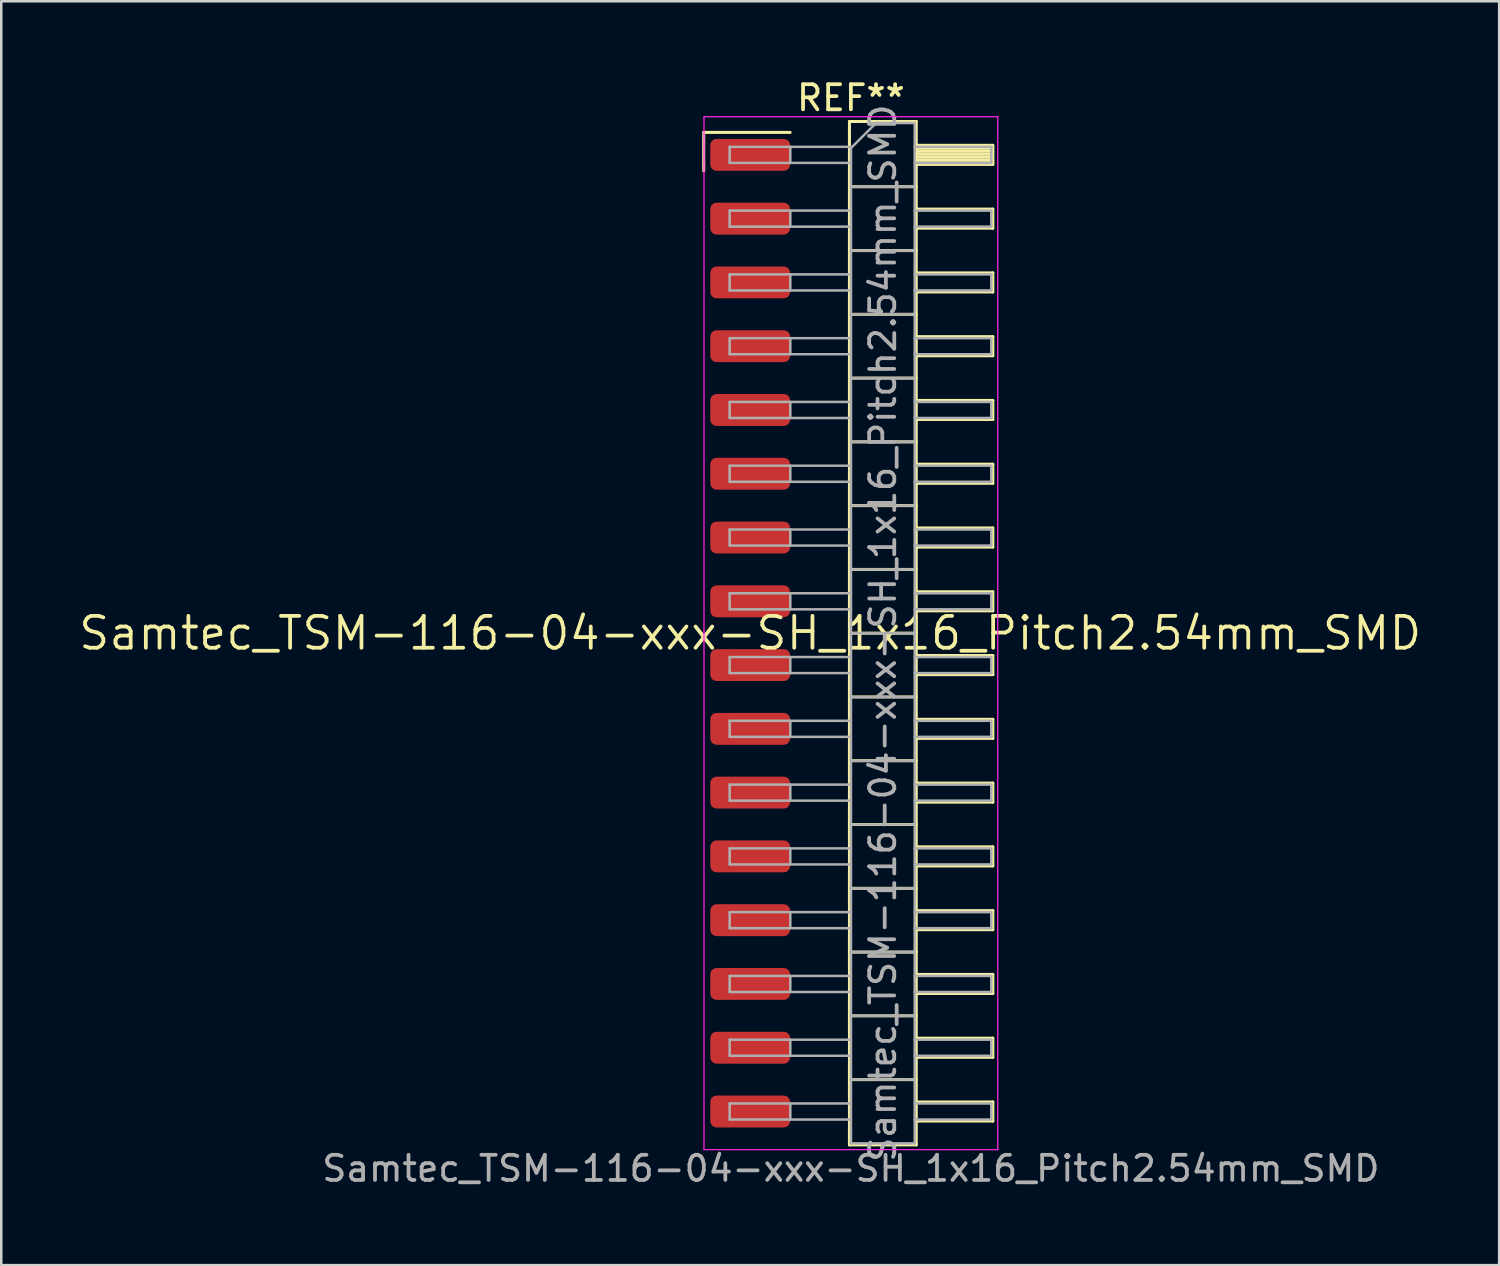
<source format=kicad_pcb>
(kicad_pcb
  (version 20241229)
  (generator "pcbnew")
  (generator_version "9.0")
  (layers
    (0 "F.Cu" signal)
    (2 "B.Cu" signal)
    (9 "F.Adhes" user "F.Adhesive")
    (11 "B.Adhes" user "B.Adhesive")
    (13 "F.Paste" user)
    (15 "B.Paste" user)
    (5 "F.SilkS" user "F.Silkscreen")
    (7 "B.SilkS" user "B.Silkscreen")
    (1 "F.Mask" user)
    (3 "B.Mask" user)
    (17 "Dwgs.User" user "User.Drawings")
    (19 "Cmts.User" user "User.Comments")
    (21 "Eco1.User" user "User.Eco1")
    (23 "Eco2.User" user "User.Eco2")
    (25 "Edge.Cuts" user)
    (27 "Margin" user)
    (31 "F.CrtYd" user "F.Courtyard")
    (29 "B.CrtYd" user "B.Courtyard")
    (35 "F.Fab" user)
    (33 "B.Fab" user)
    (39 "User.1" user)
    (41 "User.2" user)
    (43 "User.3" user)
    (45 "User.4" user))
  (footprint "Samtec_TSM-116-04-xxx-SH_1x16_Pitch2.54mm_SMD"
    (layer "F.Cu")
    (at 26.828 22.168)
    (property "Reference" "Samtec_TSM-116-04-xxx-SH_1x16_Pitch2.54mm_SMD" (at 0 0 0) (layer "F.SilkS") (effects (font (size 1.27 1.27) (thickness 0.15))))
    (attr smd)
    (fp_line (start -1.85 -19.945) (end 1.59 -19.945) (stroke (width 0.12) (type solid)) (layer "F.SilkS"))
    (fp_line (start -1.85 -18.415) (end -1.85 -19.945) (stroke (width 0.12) (type solid)) (layer "F.SilkS"))
    (fp_line (start 3.953 -20.38) (end 6.613 -20.38) (stroke (width 0.12) (type solid)) (layer "F.SilkS"))
    (fp_line (start 3.953 -17.78) (end 6.613 -17.78) (stroke (width 0.12) (type solid)) (layer "F.SilkS"))
    (fp_line (start 3.953 -15.24) (end 6.613 -15.24) (stroke (width 0.12) (type solid)) (layer "F.SilkS"))
    (fp_line (start 3.953 -12.7) (end 6.613 -12.7) (stroke (width 0.12) (type solid)) (layer "F.SilkS"))
    (fp_line (start 3.953 -10.16) (end 6.613 -10.16) (stroke (width 0.12) (type solid)) (layer "F.SilkS"))
    (fp_line (start 3.953 -7.62) (end 6.613 -7.62) (stroke (width 0.12) (type solid)) (layer "F.SilkS"))
    (fp_line (start 3.953 -5.08) (end 6.613 -5.08) (stroke (width 0.12) (type solid)) (layer "F.SilkS"))
    (fp_line (start 3.953 -2.54) (end 6.613 -2.54) (stroke (width 0.12) (type solid)) (layer "F.SilkS"))
    (fp_line (start 3.953 0) (end 6.613 0) (stroke (width 0.12) (type solid)) (layer "F.SilkS"))
    (fp_line (start 3.953 2.54) (end 6.613 2.54) (stroke (width 0.12) (type solid)) (layer "F.SilkS"))
    (fp_line (start 3.953 5.08) (end 6.613 5.08) (stroke (width 0.12) (type solid)) (layer "F.SilkS"))
    (fp_line (start 3.953 7.62) (end 6.613 7.62) (stroke (width 0.12) (type solid)) (layer "F.SilkS"))
    (fp_line (start 3.953 10.16) (end 6.613 10.16) (stroke (width 0.12) (type solid)) (layer "F.SilkS"))
    (fp_line (start 3.953 12.7) (end 6.613 12.7) (stroke (width 0.12) (type solid)) (layer "F.SilkS"))
    (fp_line (start 3.953 15.24) (end 6.613 15.24) (stroke (width 0.12) (type solid)) (layer "F.SilkS"))
    (fp_line (start 3.953 17.78) (end 6.613 17.78) (stroke (width 0.12) (type solid)) (layer "F.SilkS"))
    (fp_line (start 3.953 20.38) (end 3.953 -20.38) (stroke (width 0.12) (type solid)) (layer "F.SilkS"))
    (fp_line (start 6.613 -20.38) (end 6.613 20.38) (stroke (width 0.12) (type solid)) (layer "F.SilkS"))
    (fp_line (start 6.613 -19.43) (end 9.663 -19.43) (stroke (width 0.12) (type solid)) (layer "F.SilkS"))
    (fp_line (start 6.613 -19.31) (end 9.663 -19.31) (stroke (width 0.12) (type solid)) (layer "F.SilkS"))
    (fp_line (start 6.613 -19.19) (end 9.663 -19.19) (stroke (width 0.12) (type solid)) (layer "F.SilkS"))
    (fp_line (start 6.613 -19.07) (end 9.663 -19.07) (stroke (width 0.12) (type solid)) (layer "F.SilkS"))
    (fp_line (start 6.613 -18.95) (end 9.663 -18.95) (stroke (width 0.12) (type solid)) (layer "F.SilkS"))
    (fp_line (start 6.613 -18.83) (end 9.663 -18.83) (stroke (width 0.12) (type solid)) (layer "F.SilkS"))
    (fp_line (start 6.613 -18.71) (end 9.663 -18.71) (stroke (width 0.12) (type solid)) (layer "F.SilkS"))
    (fp_line (start 6.613 -18.67) (end 9.663 -18.67) (stroke (width 0.12) (type solid)) (layer "F.SilkS"))
    (fp_line (start 6.613 -16.89) (end 9.663 -16.89) (stroke (width 0.12) (type solid)) (layer "F.SilkS"))
    (fp_line (start 6.613 -16.13) (end 9.663 -16.13) (stroke (width 0.12) (type solid)) (layer "F.SilkS"))
    (fp_line (start 6.613 -14.35) (end 9.663 -14.35) (stroke (width 0.12) (type solid)) (layer "F.SilkS"))
    (fp_line (start 6.613 -13.59) (end 9.663 -13.59) (stroke (width 0.12) (type solid)) (layer "F.SilkS"))
    (fp_line (start 6.613 -11.81) (end 9.663 -11.81) (stroke (width 0.12) (type solid)) (layer "F.SilkS"))
    (fp_line (start 6.613 -11.05) (end 9.663 -11.05) (stroke (width 0.12) (type solid)) (layer "F.SilkS"))
    (fp_line (start 6.613 -9.27) (end 9.663 -9.27) (stroke (width 0.12) (type solid)) (layer "F.SilkS"))
    (fp_line (start 6.613 -8.51) (end 9.663 -8.51) (stroke (width 0.12) (type solid)) (layer "F.SilkS"))
    (fp_line (start 6.613 -6.73) (end 9.663 -6.73) (stroke (width 0.12) (type solid)) (layer "F.SilkS"))
    (fp_line (start 6.613 -5.97) (end 9.663 -5.97) (stroke (width 0.12) (type solid)) (layer "F.SilkS"))
    (fp_line (start 6.613 -4.19) (end 9.663 -4.19) (stroke (width 0.12) (type solid)) (layer "F.SilkS"))
    (fp_line (start 6.613 -3.43) (end 9.663 -3.43) (stroke (width 0.12) (type solid)) (layer "F.SilkS"))
    (fp_line (start 6.613 -1.65) (end 9.663 -1.65) (stroke (width 0.12) (type solid)) (layer "F.SilkS"))
    (fp_line (start 6.613 -0.89) (end 9.663 -0.89) (stroke (width 0.12) (type solid)) (layer "F.SilkS"))
    (fp_line (start 6.613 0.89) (end 9.663 0.89) (stroke (width 0.12) (type solid)) (layer "F.SilkS"))
    (fp_line (start 6.613 1.65) (end 9.663 1.65) (stroke (width 0.12) (type solid)) (layer "F.SilkS"))
    (fp_line (start 6.613 3.43) (end 9.663 3.43) (stroke (width 0.12) (type solid)) (layer "F.SilkS"))
    (fp_line (start 6.613 4.19) (end 9.663 4.19) (stroke (width 0.12) (type solid)) (layer "F.SilkS"))
    (fp_line (start 6.613 5.97) (end 9.663 5.97) (stroke (width 0.12) (type solid)) (layer "F.SilkS"))
    (fp_line (start 6.613 6.73) (end 9.663 6.73) (stroke (width 0.12) (type solid)) (layer "F.SilkS"))
    (fp_line (start 6.613 8.51) (end 9.663 8.51) (stroke (width 0.12) (type solid)) (layer "F.SilkS"))
    (fp_line (start 6.613 9.27) (end 9.663 9.27) (stroke (width 0.12) (type solid)) (layer "F.SilkS"))
    (fp_line (start 6.613 11.05) (end 9.663 11.05) (stroke (width 0.12) (type solid)) (layer "F.SilkS"))
    (fp_line (start 6.613 11.81) (end 9.663 11.81) (stroke (width 0.12) (type solid)) (layer "F.SilkS"))
    (fp_line (start 6.613 13.59) (end 9.663 13.59) (stroke (width 0.12) (type solid)) (layer "F.SilkS"))
    (fp_line (start 6.613 14.35) (end 9.663 14.35) (stroke (width 0.12) (type solid)) (layer "F.SilkS"))
    (fp_line (start 6.613 16.13) (end 9.663 16.13) (stroke (width 0.12) (type solid)) (layer "F.SilkS"))
    (fp_line (start 6.613 16.89) (end 9.663 16.89) (stroke (width 0.12) (type solid)) (layer "F.SilkS"))
    (fp_line (start 6.613 18.67) (end 9.663 18.67) (stroke (width 0.12) (type solid)) (layer "F.SilkS"))
    (fp_line (start 6.613 19.43) (end 9.663 19.43) (stroke (width 0.12) (type solid)) (layer "F.SilkS"))
    (fp_line (start 6.613 20.38) (end 3.953 20.38) (stroke (width 0.12) (type solid)) (layer "F.SilkS"))
    (fp_line (start 9.663 -19.43) (end 9.663 -18.67) (stroke (width 0.12) (type solid)) (layer "F.SilkS"))
    (fp_line (start 9.663 -16.89) (end 9.663 -16.13) (stroke (width 0.12) (type solid)) (layer "F.SilkS"))
    (fp_line (start 9.663 -14.35) (end 9.663 -13.59) (stroke (width 0.12) (type solid)) (layer "F.SilkS"))
    (fp_line (start 9.663 -11.81) (end 9.663 -11.05) (stroke (width 0.12) (type solid)) (layer "F.SilkS"))
    (fp_line (start 9.663 -9.27) (end 9.663 -8.51) (stroke (width 0.12) (type solid)) (layer "F.SilkS"))
    (fp_line (start 9.663 -6.73) (end 9.663 -5.97) (stroke (width 0.12) (type solid)) (layer "F.SilkS"))
    (fp_line (start 9.663 -4.19) (end 9.663 -3.43) (stroke (width 0.12) (type solid)) (layer "F.SilkS"))
    (fp_line (start 9.663 -1.65) (end 9.663 -0.89) (stroke (width 0.12) (type solid)) (layer "F.SilkS"))
    (fp_line (start 9.663 0.89) (end 9.663 1.65) (stroke (width 0.12) (type solid)) (layer "F.SilkS"))
    (fp_line (start 9.663 3.43) (end 9.663 4.19) (stroke (width 0.12) (type solid)) (layer "F.SilkS"))
    (fp_line (start 9.663 5.97) (end 9.663 6.73) (stroke (width 0.12) (type solid)) (layer "F.SilkS"))
    (fp_line (start 9.663 8.51) (end 9.663 9.27) (stroke (width 0.12) (type solid)) (layer "F.SilkS"))
    (fp_line (start 9.663 11.05) (end 9.663 11.81) (stroke (width 0.12) (type solid)) (layer "F.SilkS"))
    (fp_line (start 9.663 13.59) (end 9.663 14.35) (stroke (width 0.12) (type solid)) (layer "F.SilkS"))
    (fp_line (start 9.663 16.13) (end 9.663 16.89) (stroke (width 0.12) (type solid)) (layer "F.SilkS"))
    (fp_line (start 9.663 18.67) (end 9.663 19.43) (stroke (width 0.12) (type solid)) (layer "F.SilkS"))
    (fp_line (start -1.84 -20.57) (end 9.86 -20.57) (stroke (width 0.05) (type solid)) (layer "F.CrtYd"))
    (fp_line (start -1.84 20.57) (end -1.84 -20.57) (stroke (width 0.05) (type solid)) (layer "F.CrtYd"))
    (fp_line (start 9.86 -20.57) (end 9.86 20.57) (stroke (width 0.05) (type solid)) (layer "F.CrtYd"))
    (fp_line (start 9.86 20.57) (end -1.84 20.57) (stroke (width 0.05) (type solid)) (layer "F.CrtYd"))
    (fp_line (start -0.817 -19.37) (end -0.817 -18.73) (stroke (width 0.1) (type solid)) (layer "F.Fab"))
    (fp_line (start -0.817 -19.37) (end 4.013 -19.37) (stroke (width 0.1) (type solid)) (layer "F.Fab"))
    (fp_line (start -0.817 -18.73) (end 4.013 -18.73) (stroke (width 0.1) (type solid)) (layer "F.Fab"))
    (fp_line (start -0.817 -16.83) (end -0.817 -16.19) (stroke (width 0.1) (type solid)) (layer "F.Fab"))
    (fp_line (start -0.817 -16.83) (end 4.013 -16.83) (stroke (width 0.1) (type solid)) (layer "F.Fab"))
    (fp_line (start -0.817 -16.19) (end 4.013 -16.19) (stroke (width 0.1) (type solid)) (layer "F.Fab"))
    (fp_line (start -0.817 -14.29) (end -0.817 -13.65) (stroke (width 0.1) (type solid)) (layer "F.Fab"))
    (fp_line (start -0.817 -14.29) (end 4.013 -14.29) (stroke (width 0.1) (type solid)) (layer "F.Fab"))
    (fp_line (start -0.817 -13.65) (end 4.013 -13.65) (stroke (width 0.1) (type solid)) (layer "F.Fab"))
    (fp_line (start -0.817 -11.75) (end -0.817 -11.11) (stroke (width 0.1) (type solid)) (layer "F.Fab"))
    (fp_line (start -0.817 -11.75) (end 4.013 -11.75) (stroke (width 0.1) (type solid)) (layer "F.Fab"))
    (fp_line (start -0.817 -11.11) (end 4.013 -11.11) (stroke (width 0.1) (type solid)) (layer "F.Fab"))
    (fp_line (start -0.817 -9.21) (end -0.817 -8.57) (stroke (width 0.1) (type solid)) (layer "F.Fab"))
    (fp_line (start -0.817 -9.21) (end 4.013 -9.21) (stroke (width 0.1) (type solid)) (layer "F.Fab"))
    (fp_line (start -0.817 -8.57) (end 4.013 -8.57) (stroke (width 0.1) (type solid)) (layer "F.Fab"))
    (fp_line (start -0.817 -6.67) (end -0.817 -6.03) (stroke (width 0.1) (type solid)) (layer "F.Fab"))
    (fp_line (start -0.817 -6.67) (end 4.013 -6.67) (stroke (width 0.1) (type solid)) (layer "F.Fab"))
    (fp_line (start -0.817 -6.03) (end 4.013 -6.03) (stroke (width 0.1) (type solid)) (layer "F.Fab"))
    (fp_line (start -0.817 -4.13) (end -0.817 -3.49) (stroke (width 0.1) (type solid)) (layer "F.Fab"))
    (fp_line (start -0.817 -4.13) (end 4.013 -4.13) (stroke (width 0.1) (type solid)) (layer "F.Fab"))
    (fp_line (start -0.817 -3.49) (end 4.013 -3.49) (stroke (width 0.1) (type solid)) (layer "F.Fab"))
    (fp_line (start -0.817 -1.59) (end -0.817 -0.95) (stroke (width 0.1) (type solid)) (layer "F.Fab"))
    (fp_line (start -0.817 -1.59) (end 4.013 -1.59) (stroke (width 0.1) (type solid)) (layer "F.Fab"))
    (fp_line (start -0.817 -0.95) (end 4.013 -0.95) (stroke (width 0.1) (type solid)) (layer "F.Fab"))
    (fp_line (start -0.817 0.95) (end -0.817 1.59) (stroke (width 0.1) (type solid)) (layer "F.Fab"))
    (fp_line (start -0.817 0.95) (end 4.013 0.95) (stroke (width 0.1) (type solid)) (layer "F.Fab"))
    (fp_line (start -0.817 1.59) (end 4.013 1.59) (stroke (width 0.1) (type solid)) (layer "F.Fab"))
    (fp_line (start -0.817 3.49) (end -0.817 4.13) (stroke (width 0.1) (type solid)) (layer "F.Fab"))
    (fp_line (start -0.817 3.49) (end 4.013 3.49) (stroke (width 0.1) (type solid)) (layer "F.Fab"))
    (fp_line (start -0.817 4.13) (end 4.013 4.13) (stroke (width 0.1) (type solid)) (layer "F.Fab"))
    (fp_line (start -0.817 6.03) (end -0.817 6.67) (stroke (width 0.1) (type solid)) (layer "F.Fab"))
    (fp_line (start -0.817 6.03) (end 4.013 6.03) (stroke (width 0.1) (type solid)) (layer "F.Fab"))
    (fp_line (start -0.817 6.67) (end 4.013 6.67) (stroke (width 0.1) (type solid)) (layer "F.Fab"))
    (fp_line (start -0.817 8.57) (end -0.817 9.21) (stroke (width 0.1) (type solid)) (layer "F.Fab"))
    (fp_line (start -0.817 8.57) (end 4.013 8.57) (stroke (width 0.1) (type solid)) (layer "F.Fab"))
    (fp_line (start -0.817 9.21) (end 4.013 9.21) (stroke (width 0.1) (type solid)) (layer "F.Fab"))
    (fp_line (start -0.817 11.11) (end -0.817 11.75) (stroke (width 0.1) (type solid)) (layer "F.Fab"))
    (fp_line (start -0.817 11.11) (end 4.013 11.11) (stroke (width 0.1) (type solid)) (layer "F.Fab"))
    (fp_line (start -0.817 11.75) (end 4.013 11.75) (stroke (width 0.1) (type solid)) (layer "F.Fab"))
    (fp_line (start -0.817 13.65) (end -0.817 14.29) (stroke (width 0.1) (type solid)) (layer "F.Fab"))
    (fp_line (start -0.817 13.65) (end 4.013 13.65) (stroke (width 0.1) (type solid)) (layer "F.Fab"))
    (fp_line (start -0.817 14.29) (end 4.013 14.29) (stroke (width 0.1) (type solid)) (layer "F.Fab"))
    (fp_line (start -0.817 16.19) (end -0.817 16.83) (stroke (width 0.1) (type solid)) (layer "F.Fab"))
    (fp_line (start -0.817 16.19) (end 4.013 16.19) (stroke (width 0.1) (type solid)) (layer "F.Fab"))
    (fp_line (start -0.817 16.83) (end 4.013 16.83) (stroke (width 0.1) (type solid)) (layer "F.Fab"))
    (fp_line (start -0.817 18.73) (end -0.817 19.37) (stroke (width 0.1) (type solid)) (layer "F.Fab"))
    (fp_line (start -0.817 18.73) (end 4.013 18.73) (stroke (width 0.1) (type solid)) (layer "F.Fab"))
    (fp_line (start -0.817 19.37) (end 4.013 19.37) (stroke (width 0.1) (type solid)) (layer "F.Fab"))
    (fp_line (start 1.598 -19.37) (end 1.598 -18.73) (stroke (width 0.1) (type solid)) (layer "F.Fab"))
    (fp_line (start 1.598 -16.83) (end 1.598 -16.19) (stroke (width 0.1) (type solid)) (layer "F.Fab"))
    (fp_line (start 1.598 -14.29) (end 1.598 -13.65) (stroke (width 0.1) (type solid)) (layer "F.Fab"))
    (fp_line (start 1.598 -11.75) (end 1.598 -11.11) (stroke (width 0.1) (type solid)) (layer "F.Fab"))
    (fp_line (start 1.598 -9.21) (end 1.598 -8.57) (stroke (width 0.1) (type solid)) (layer "F.Fab"))
    (fp_line (start 1.598 -6.67) (end 1.598 -6.03) (stroke (width 0.1) (type solid)) (layer "F.Fab"))
    (fp_line (start 1.598 -4.13) (end 1.598 -3.49) (stroke (width 0.1) (type solid)) (layer "F.Fab"))
    (fp_line (start 1.598 -1.59) (end 1.598 -0.95) (stroke (width 0.1) (type solid)) (layer "F.Fab"))
    (fp_line (start 1.598 0.95) (end 1.598 1.59) (stroke (width 0.1) (type solid)) (layer "F.Fab"))
    (fp_line (start 1.598 3.49) (end 1.598 4.13) (stroke (width 0.1) (type solid)) (layer "F.Fab"))
    (fp_line (start 1.598 6.03) (end 1.598 6.67) (stroke (width 0.1) (type solid)) (layer "F.Fab"))
    (fp_line (start 1.598 8.57) (end 1.598 9.21) (stroke (width 0.1) (type solid)) (layer "F.Fab"))
    (fp_line (start 1.598 11.11) (end 1.598 11.75) (stroke (width 0.1) (type solid)) (layer "F.Fab"))
    (fp_line (start 1.598 13.65) (end 1.598 14.29) (stroke (width 0.1) (type solid)) (layer "F.Fab"))
    (fp_line (start 1.598 16.19) (end 1.598 16.83) (stroke (width 0.1) (type solid)) (layer "F.Fab"))
    (fp_line (start 1.598 18.73) (end 1.598 19.37) (stroke (width 0.1) (type solid)) (layer "F.Fab"))
    (fp_line (start 4.013 -19.32) (end 5.013 -20.32) (stroke (width 0.1) (type solid)) (layer "F.Fab"))
    (fp_line (start 4.013 -17.78) (end 6.553 -17.78) (stroke (width 0.1) (type solid)) (layer "F.Fab"))
    (fp_line (start 4.013 -15.24) (end 6.553 -15.24) (stroke (width 0.1) (type solid)) (layer "F.Fab"))
    (fp_line (start 4.013 -12.7) (end 6.553 -12.7) (stroke (width 0.1) (type solid)) (layer "F.Fab"))
    (fp_line (start 4.013 -10.16) (end 6.553 -10.16) (stroke (width 0.1) (type solid)) (layer "F.Fab"))
    (fp_line (start 4.013 -7.62) (end 6.553 -7.62) (stroke (width 0.1) (type solid)) (layer "F.Fab"))
    (fp_line (start 4.013 -5.08) (end 6.553 -5.08) (stroke (width 0.1) (type solid)) (layer "F.Fab"))
    (fp_line (start 4.013 -2.54) (end 6.553 -2.54) (stroke (width 0.1) (type solid)) (layer "F.Fab"))
    (fp_line (start 4.013 0) (end 6.553 0) (stroke (width 0.1) (type solid)) (layer "F.Fab"))
    (fp_line (start 4.013 2.54) (end 6.553 2.54) (stroke (width 0.1) (type solid)) (layer "F.Fab"))
    (fp_line (start 4.013 5.08) (end 6.553 5.08) (stroke (width 0.1) (type solid)) (layer "F.Fab"))
    (fp_line (start 4.013 7.62) (end 6.553 7.62) (stroke (width 0.1) (type solid)) (layer "F.Fab"))
    (fp_line (start 4.013 10.16) (end 6.553 10.16) (stroke (width 0.1) (type solid)) (layer "F.Fab"))
    (fp_line (start 4.013 12.7) (end 6.553 12.7) (stroke (width 0.1) (type solid)) (layer "F.Fab"))
    (fp_line (start 4.013 15.24) (end 6.553 15.24) (stroke (width 0.1) (type solid)) (layer "F.Fab"))
    (fp_line (start 4.013 17.78) (end 6.553 17.78) (stroke (width 0.1) (type solid)) (layer "F.Fab"))
    (fp_line (start 4.013 20.32) (end 4.013 -19.32) (stroke (width 0.1) (type solid)) (layer "F.Fab"))
    (fp_line (start 5.013 -20.32) (end 6.553 -20.32) (stroke (width 0.1) (type solid)) (layer "F.Fab"))
    (fp_line (start 6.553 -20.32) (end 6.553 20.32) (stroke (width 0.1) (type solid)) (layer "F.Fab"))
    (fp_line (start 6.553 -19.37) (end 9.603 -19.37) (stroke (width 0.1) (type solid)) (layer "F.Fab"))
    (fp_line (start 6.553 -18.73) (end 9.603 -18.73) (stroke (width 0.1) (type solid)) (layer "F.Fab"))
    (fp_line (start 6.553 -16.83) (end 9.603 -16.83) (stroke (width 0.1) (type solid)) (layer "F.Fab"))
    (fp_line (start 6.553 -16.19) (end 9.603 -16.19) (stroke (width 0.1) (type solid)) (layer "F.Fab"))
    (fp_line (start 6.553 -14.29) (end 9.603 -14.29) (stroke (width 0.1) (type solid)) (layer "F.Fab"))
    (fp_line (start 6.553 -13.65) (end 9.603 -13.65) (stroke (width 0.1) (type solid)) (layer "F.Fab"))
    (fp_line (start 6.553 -11.75) (end 9.603 -11.75) (stroke (width 0.1) (type solid)) (layer "F.Fab"))
    (fp_line (start 6.553 -11.11) (end 9.603 -11.11) (stroke (width 0.1) (type solid)) (layer "F.Fab"))
    (fp_line (start 6.553 -9.21) (end 9.603 -9.21) (stroke (width 0.1) (type solid)) (layer "F.Fab"))
    (fp_line (start 6.553 -8.57) (end 9.603 -8.57) (stroke (width 0.1) (type solid)) (layer "F.Fab"))
    (fp_line (start 6.553 -6.67) (end 9.603 -6.67) (stroke (width 0.1) (type solid)) (layer "F.Fab"))
    (fp_line (start 6.553 -6.03) (end 9.603 -6.03) (stroke (width 0.1) (type solid)) (layer "F.Fab"))
    (fp_line (start 6.553 -4.13) (end 9.603 -4.13) (stroke (width 0.1) (type solid)) (layer "F.Fab"))
    (fp_line (start 6.553 -3.49) (end 9.603 -3.49) (stroke (width 0.1) (type solid)) (layer "F.Fab"))
    (fp_line (start 6.553 -1.59) (end 9.603 -1.59) (stroke (width 0.1) (type solid)) (layer "F.Fab"))
    (fp_line (start 6.553 -0.95) (end 9.603 -0.95) (stroke (width 0.1) (type solid)) (layer "F.Fab"))
    (fp_line (start 6.553 0.95) (end 9.603 0.95) (stroke (width 0.1) (type solid)) (layer "F.Fab"))
    (fp_line (start 6.553 1.59) (end 9.603 1.59) (stroke (width 0.1) (type solid)) (layer "F.Fab"))
    (fp_line (start 6.553 3.49) (end 9.603 3.49) (stroke (width 0.1) (type solid)) (layer "F.Fab"))
    (fp_line (start 6.553 4.13) (end 9.603 4.13) (stroke (width 0.1) (type solid)) (layer "F.Fab"))
    (fp_line (start 6.553 6.03) (end 9.603 6.03) (stroke (width 0.1) (type solid)) (layer "F.Fab"))
    (fp_line (start 6.553 6.67) (end 9.603 6.67) (stroke (width 0.1) (type solid)) (layer "F.Fab"))
    (fp_line (start 6.553 8.57) (end 9.603 8.57) (stroke (width 0.1) (type solid)) (layer "F.Fab"))
    (fp_line (start 6.553 9.21) (end 9.603 9.21) (stroke (width 0.1) (type solid)) (layer "F.Fab"))
    (fp_line (start 6.553 11.11) (end 9.603 11.11) (stroke (width 0.1) (type solid)) (layer "F.Fab"))
    (fp_line (start 6.553 11.75) (end 9.603 11.75) (stroke (width 0.1) (type solid)) (layer "F.Fab"))
    (fp_line (start 6.553 13.65) (end 9.603 13.65) (stroke (width 0.1) (type solid)) (layer "F.Fab"))
    (fp_line (start 6.553 14.29) (end 9.603 14.29) (stroke (width 0.1) (type solid)) (layer "F.Fab"))
    (fp_line (start 6.553 16.19) (end 9.603 16.19) (stroke (width 0.1) (type solid)) (layer "F.Fab"))
    (fp_line (start 6.553 16.83) (end 9.603 16.83) (stroke (width 0.1) (type solid)) (layer "F.Fab"))
    (fp_line (start 6.553 18.73) (end 9.603 18.73) (stroke (width 0.1) (type solid)) (layer "F.Fab"))
    (fp_line (start 6.553 19.37) (end 9.603 19.37) (stroke (width 0.1) (type solid)) (layer "F.Fab"))
    (fp_line (start 6.553 20.32) (end 4.013 20.32) (stroke (width 0.1) (type solid)) (layer "F.Fab"))
    (fp_line (start 9.603 -19.37) (end 9.603 -18.73) (stroke (width 0.1) (type solid)) (layer "F.Fab"))
    (fp_line (start 9.603 -16.83) (end 9.603 -16.19) (stroke (width 0.1) (type solid)) (layer "F.Fab"))
    (fp_line (start 9.603 -14.29) (end 9.603 -13.65) (stroke (width 0.1) (type solid)) (layer "F.Fab"))
    (fp_line (start 9.603 -11.75) (end 9.603 -11.11) (stroke (width 0.1) (type solid)) (layer "F.Fab"))
    (fp_line (start 9.603 -9.21) (end 9.603 -8.57) (stroke (width 0.1) (type solid)) (layer "F.Fab"))
    (fp_line (start 9.603 -6.67) (end 9.603 -6.03) (stroke (width 0.1) (type solid)) (layer "F.Fab"))
    (fp_line (start 9.603 -4.13) (end 9.603 -3.49) (stroke (width 0.1) (type solid)) (layer "F.Fab"))
    (fp_line (start 9.603 -1.59) (end 9.603 -0.95) (stroke (width 0.1) (type solid)) (layer "F.Fab"))
    (fp_line (start 9.603 0.95) (end 9.603 1.59) (stroke (width 0.1) (type solid)) (layer "F.Fab"))
    (fp_line (start 9.603 3.49) (end 9.603 4.13) (stroke (width 0.1) (type solid)) (layer "F.Fab"))
    (fp_line (start 9.603 6.03) (end 9.603 6.67) (stroke (width 0.1) (type solid)) (layer "F.Fab"))
    (fp_line (start 9.603 8.57) (end 9.603 9.21) (stroke (width 0.1) (type solid)) (layer "F.Fab"))
    (fp_line (start 9.603 11.11) (end 9.603 11.75) (stroke (width 0.1) (type solid)) (layer "F.Fab"))
    (fp_line (start 9.603 13.65) (end 9.603 14.29) (stroke (width 0.1) (type solid)) (layer "F.Fab"))
    (fp_line (start 9.603 16.19) (end 9.603 16.83) (stroke (width 0.1) (type solid)) (layer "F.Fab"))
    (fp_line (start 9.603 18.73) (end 9.603 19.37) (stroke (width 0.1) (type solid)) (layer "F.Fab"))
    (fp_text user "REF**" (at 4.01 -21.32 0) (layer "F.SilkS") (effects (font (size 1 1) (thickness 0.15))))
    (fp_text user "Samtec_TSM-116-04-xxx-SH_1x16_Pitch2.54mm_SMD" (at 4.01 21.32 0) (layer "F.Fab") (effects (font (size 1 1) (thickness 0.15))))
    (fp_text user "${REFERENCE}" (at 5.283 0 90) (layer "F.Fab") (effects (font (size 1 1) (thickness 0.15))))
    (pad "1" smd roundrect (at 0 -19.05) (size 3.18 1.27) (layers "F.Cu" "F.Mask" "F.Paste") (roundrect_rratio 0.197))
    (pad "2" smd roundrect (at 0 -16.51) (size 3.18 1.27) (layers "F.Cu" "F.Mask" "F.Paste") (roundrect_rratio 0.197))
    (pad "3" smd roundrect (at 0 -13.97) (size 3.18 1.27) (layers "F.Cu" "F.Mask" "F.Paste") (roundrect_rratio 0.197))
    (pad "4" smd roundrect (at 0 -11.43) (size 3.18 1.27) (layers "F.Cu" "F.Mask" "F.Paste") (roundrect_rratio 0.197))
    (pad "5" smd roundrect (at 0 -8.89) (size 3.18 1.27) (layers "F.Cu" "F.Mask" "F.Paste") (roundrect_rratio 0.197))
    (pad "6" smd roundrect (at 0 -6.35) (size 3.18 1.27) (layers "F.Cu" "F.Mask" "F.Paste") (roundrect_rratio 0.197))
    (pad "7" smd roundrect (at 0 -3.81) (size 3.18 1.27) (layers "F.Cu" "F.Mask" "F.Paste") (roundrect_rratio 0.197))
    (pad "8" smd roundrect (at 0 -1.27) (size 3.18 1.27) (layers "F.Cu" "F.Mask" "F.Paste") (roundrect_rratio 0.197))
    (pad "9" smd roundrect (at 0 1.27) (size 3.18 1.27) (layers "F.Cu" "F.Mask" "F.Paste") (roundrect_rratio 0.197))
    (pad "10" smd roundrect (at 0 3.81) (size 3.18 1.27) (layers "F.Cu" "F.Mask" "F.Paste") (roundrect_rratio 0.197))
    (pad "11" smd roundrect (at 0 6.35) (size 3.18 1.27) (layers "F.Cu" "F.Mask" "F.Paste") (roundrect_rratio 0.197))
    (pad "12" smd roundrect (at 0 8.89) (size 3.18 1.27) (layers "F.Cu" "F.Mask" "F.Paste") (roundrect_rratio 0.197))
    (pad "13" smd roundrect (at 0 11.43) (size 3.18 1.27) (layers "F.Cu" "F.Mask" "F.Paste") (roundrect_rratio 0.197))
    (pad "14" smd roundrect (at 0 13.97) (size 3.18 1.27) (layers "F.Cu" "F.Mask" "F.Paste") (roundrect_rratio 0.197))
    (pad "15" smd roundrect (at 0 16.51) (size 3.18 1.27) (layers "F.Cu" "F.Mask" "F.Paste") (roundrect_rratio 0.197))
    (pad "16" smd roundrect (at 0 19.05) (size 3.18 1.27) (layers "F.Cu" "F.Mask" "F.Paste") (roundrect_rratio 0.197)))
  (gr_rect
    (start -3 -3)
    (end 56.657 47.337)
    (stroke (width 0.1) (type default))
    (fill no)
    (layer "Edge.Cuts")))
</source>
